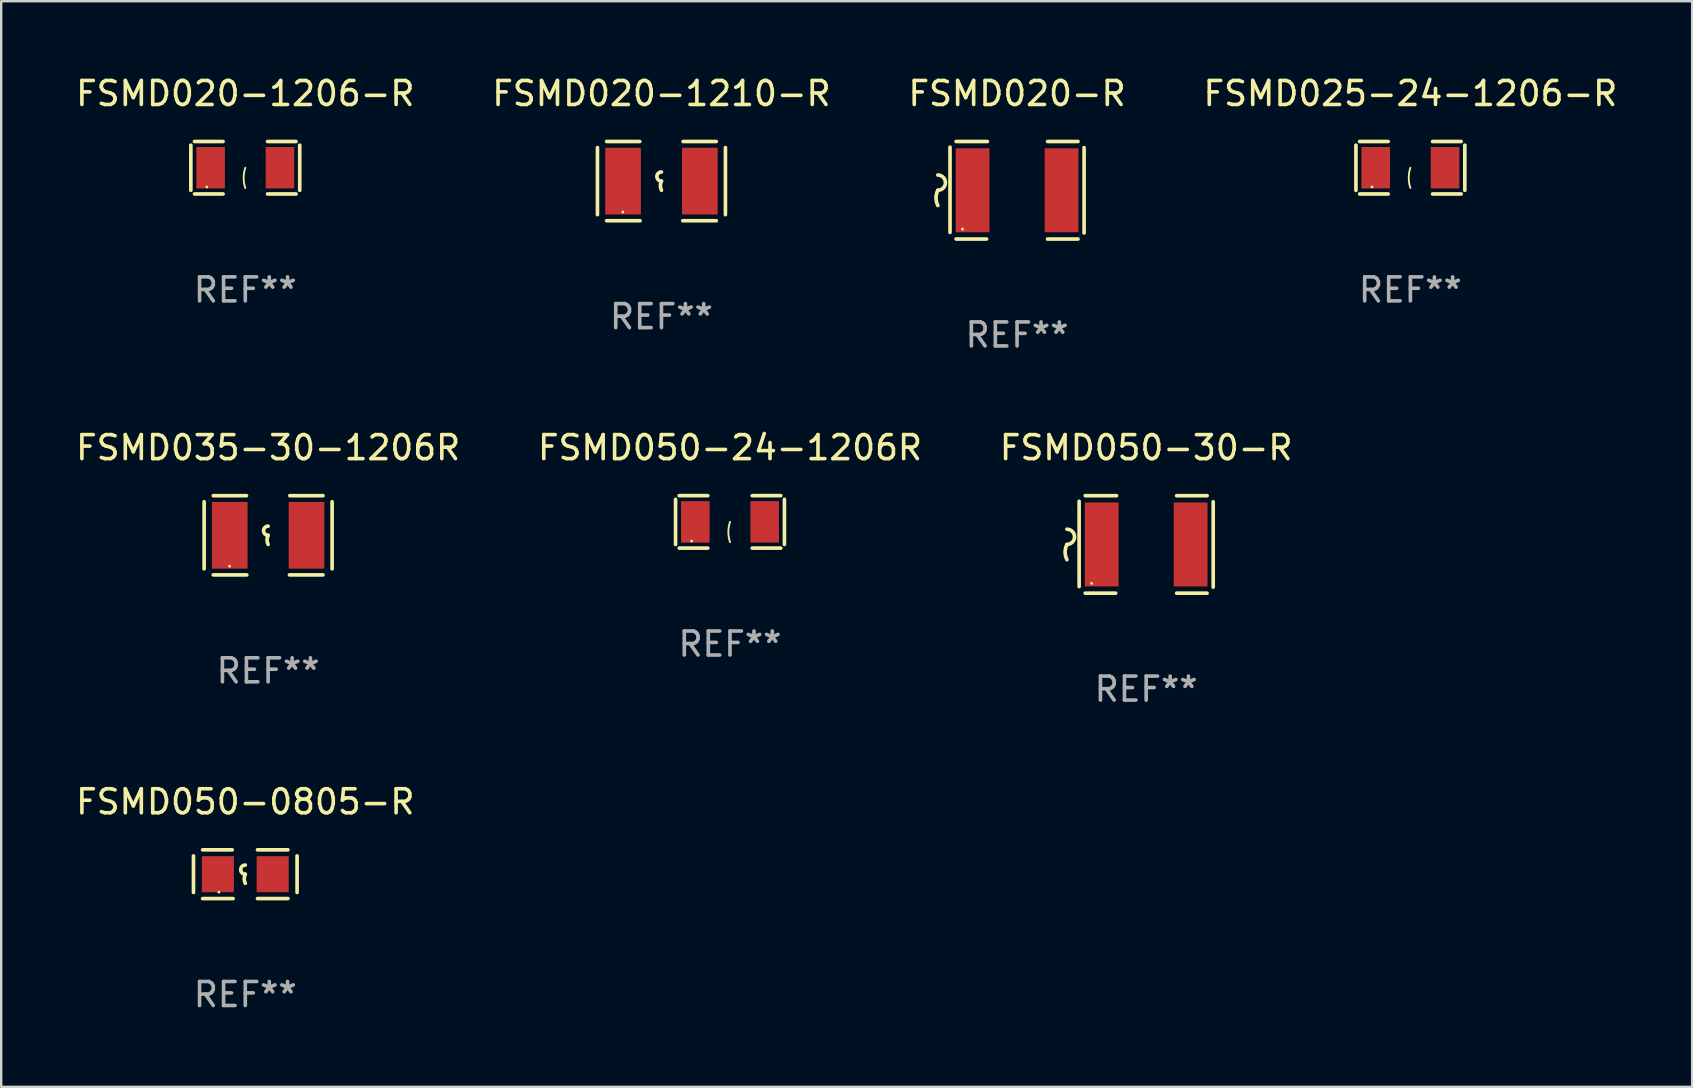
<source format=kicad_pcb>
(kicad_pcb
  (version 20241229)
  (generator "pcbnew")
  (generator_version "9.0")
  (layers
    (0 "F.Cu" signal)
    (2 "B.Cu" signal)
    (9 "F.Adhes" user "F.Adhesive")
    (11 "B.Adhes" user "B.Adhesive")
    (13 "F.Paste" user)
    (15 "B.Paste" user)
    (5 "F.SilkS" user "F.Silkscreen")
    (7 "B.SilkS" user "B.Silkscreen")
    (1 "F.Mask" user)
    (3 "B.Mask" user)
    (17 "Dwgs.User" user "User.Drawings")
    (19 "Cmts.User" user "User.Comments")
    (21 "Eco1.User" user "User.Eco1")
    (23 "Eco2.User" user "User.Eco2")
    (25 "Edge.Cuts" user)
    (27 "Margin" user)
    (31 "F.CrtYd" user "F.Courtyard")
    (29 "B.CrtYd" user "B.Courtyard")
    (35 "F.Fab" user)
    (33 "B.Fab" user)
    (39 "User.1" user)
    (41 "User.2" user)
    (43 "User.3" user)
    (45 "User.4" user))
  (footprint "FSMD020-1210-R"
    (layer "F.Cu")
    (at 24.518 4.499)
    (property "Reference" "FSMD020-1210-R" (at 0 -3.651 0) (layer "F.SilkS") (effects (font (size 1 1) (thickness 0.15))))
    (attr through_hole)
    (fp_line (start -2.667 -1.397) (end -2.667 1.397) (stroke (width 0.152) (type solid)) (layer "F.SilkS"))
    (fp_line (start -2.286 -1.651) (end -0.903 -1.651) (stroke (width 0.152) (type solid)) (layer "F.SilkS"))
    (fp_line (start -0.889 1.651) (end -2.286 1.651) (stroke (width 0.152) (type solid)) (layer "F.SilkS"))
    (fp_line (start 0.889 1.651) (end 2.286 1.651) (stroke (width 0.152) (type solid)) (layer "F.SilkS"))
    (fp_line (start 2.286 -1.651) (end 0.903 -1.651) (stroke (width 0.152) (type solid)) (layer "F.SilkS"))
    (fp_line (start 2.667 -1.397) (end 2.667 1.397) (stroke (width 0.152) (type solid)) (layer "F.SilkS"))
    (fp_arc (start 0 0) (mid -0.1905 -0.1905) (end 0 -0.381) (stroke (width 0.151994) (type solid)) (layer "F.SilkS"))
    (fp_arc (start 0 0.381001) (mid -0.044971 0.1905) (end 0 0) (stroke (width 0.151994) (type solid)) (layer "F.SilkS"))
    (fp_circle (center -1.608 1.288) (end -1.578 1.288) (stroke (width 0.06) (type solid)) (fill no) (layer "F.SilkS"))
    (fp_text user "REF**" (at 0 5.651 0) (layer "F.Fab") (effects (font (size 1 1) (thickness 0.15))))
    (pad "1" smd rect (at -1.6 0) (size 1.485 2.781) (layers "F.Cu" "F.Mask" "F.Paste"))
    (pad "2" smd rect (at 1.6 0) (size 1.485 2.781) (layers "F.Cu" "F.Mask" "F.Paste")))
  (footprint "FSMD050-0805-R"
    (layer "F.Cu")
    (at 7.173 33.385)
    (property "Reference" "FSMD050-0805-R" (at 0 -3.016 0) (layer "F.SilkS") (effects (font (size 1 1) (thickness 0.15))))
    (attr through_hole)
    (fp_line (start -2.159 -0.762) (end -2.159 0.762) (stroke (width 0.152) (type solid)) (layer "F.SilkS"))
    (fp_line (start -1.778 -1.016) (end -0.545 -1.016) (stroke (width 0.152) (type solid)) (layer "F.SilkS"))
    (fp_line (start -0.508 1.016) (end -1.778 1.016) (stroke (width 0.152) (type solid)) (layer "F.SilkS"))
    (fp_line (start 0.508 1.016) (end 1.778 1.016) (stroke (width 0.152) (type solid)) (layer "F.SilkS"))
    (fp_line (start 1.778 -1.016) (end 0.508 -1.016) (stroke (width 0.152) (type solid)) (layer "F.SilkS"))
    (fp_line (start 2.159 -0.762) (end 2.159 0.762) (stroke (width 0.152) (type solid)) (layer "F.SilkS"))
    (fp_arc (start 0 0) (mid -0.1905 -0.1905) (end 0 -0.381) (stroke (width 0.151994) (type solid)) (layer "F.SilkS"))
    (fp_arc (start 0 0.381001) (mid -0.044971 0.1905) (end 0 0) (stroke (width 0.151994) (type solid)) (layer "F.SilkS"))
    (fp_circle (center -1.1 0.75) (end -1.07 0.75) (stroke (width 0.06) (type solid)) (fill no) (layer "F.SilkS"))
    (fp_text user "REF**" (at 0 5.016 0) (layer "F.Fab") (effects (font (size 1 1) (thickness 0.15))))
    (pad "1" smd rect (at -1.142 0) (size 1.335 1.5) (layers "F.Cu" "F.Mask" "F.Paste"))
    (pad "2" smd rect (at 1.142 0) (size 1.335 1.5) (layers "F.Cu" "F.Mask" "F.Paste")))
  (footprint "FSMD035-30-1206R"
    (layer "F.Cu")
    (at 8.125 19.26)
    (property "Reference" "FSMD035-30-1206R" (at 0 -3.651 0) (layer "F.SilkS") (effects (font (size 1 1) (thickness 0.15))))
    (attr through_hole)
    (fp_line (start -2.667 -1.397) (end -2.667 1.397) (stroke (width 0.152) (type solid)) (layer "F.SilkS"))
    (fp_line (start -2.286 -1.651) (end -0.903 -1.651) (stroke (width 0.152) (type solid)) (layer "F.SilkS"))
    (fp_line (start -0.889 1.651) (end -2.286 1.651) (stroke (width 0.152) (type solid)) (layer "F.SilkS"))
    (fp_line (start 0.889 1.651) (end 2.286 1.651) (stroke (width 0.152) (type solid)) (layer "F.SilkS"))
    (fp_line (start 2.286 -1.651) (end 0.903 -1.651) (stroke (width 0.152) (type solid)) (layer "F.SilkS"))
    (fp_line (start 2.667 -1.397) (end 2.667 1.397) (stroke (width 0.152) (type solid)) (layer "F.SilkS"))
    (fp_arc (start 0 0) (mid -0.1905 -0.1905) (end 0 -0.381) (stroke (width 0.151994) (type solid)) (layer "F.SilkS"))
    (fp_arc (start 0 0.381001) (mid -0.044971 0.1905) (end 0 0) (stroke (width 0.151994) (type solid)) (layer "F.SilkS"))
    (fp_circle (center -1.608 1.288) (end -1.578 1.288) (stroke (width 0.06) (type solid)) (fill no) (layer "F.SilkS"))
    (fp_text user "REF**" (at 0 5.651 0) (layer "F.Fab") (effects (font (size 1 1) (thickness 0.15))))
    (pad "1" smd rect (at -1.6 0) (size 1.485 2.781) (layers "F.Cu" "F.Mask" "F.Paste"))
    (pad "2" smd rect (at 1.6 0) (size 1.485 2.781) (layers "F.Cu" "F.Mask" "F.Paste")))
  (footprint "FSMD020-1206-R"
    (layer "F.Cu")
    (at 7.173 3.941)
    (property "Reference" "FSMD020-1206-R" (at 0 -3.093 0) (layer "F.SilkS") (effects (font (size 1 1) (thickness 0.15))))
    (attr through_hole)
    (fp_line (start -2.269 -0.94) (end -2.269 0.94) (stroke (width 0.152) (type solid)) (layer "F.SilkS"))
    (fp_line (start -2.116 1.093) (end -0.926 1.093) (stroke (width 0.152) (type solid)) (layer "F.SilkS"))
    (fp_line (start -0.926 -1.093) (end -2.116 -1.093) (stroke (width 0.152) (type solid)) (layer "F.SilkS"))
    (fp_line (start 0.926 -1.093) (end 2.116 -1.093) (stroke (width 0.152) (type solid)) (layer "F.SilkS"))
    (fp_line (start 2.116 1.093) (end 0.926 1.093) (stroke (width 0.152) (type solid)) (layer "F.SilkS"))
    (fp_line (start 2.269 -0.94) (end 2.269 0.94) (stroke (width 0.152) (type solid)) (layer "F.SilkS"))
    (fp_arc (start 0 0.844951) (mid -0.068559 0.422475) (end 0 0) (stroke (width 0.0762) (type solid)) (layer "F.SilkS"))
    (fp_circle (center -1.6 0.8) (end -1.57 0.8) (stroke (width 0.06) (type solid)) (fill no) (layer "F.SilkS"))
    (fp_text user "REF**" (at 0 5.093 0) (layer "F.Fab") (effects (font (size 1 1) (thickness 0.15))))
    (pad "1" smd rect (at -1.445 0) (size 1.19 1.728) (layers "F.Cu" "F.Mask" "F.Paste"))
    (pad "2" smd rect (at 1.445 0) (size 1.19 1.728) (layers "F.Cu" "F.Mask" "F.Paste")))
  (footprint "FSMD025-24-1206-R"
    (layer "F.Cu")
    (at 55.732 3.941)
    (property "Reference" "FSMD025-24-1206-R" (at 0 -3.093 0) (layer "F.SilkS") (effects (font (size 1 1) (thickness 0.15))))
    (attr through_hole)
    (fp_line (start -2.269 -0.94) (end -2.269 0.94) (stroke (width 0.152) (type solid)) (layer "F.SilkS"))
    (fp_line (start -2.116 1.093) (end -0.926 1.093) (stroke (width 0.152) (type solid)) (layer "F.SilkS"))
    (fp_line (start -0.926 -1.093) (end -2.116 -1.093) (stroke (width 0.152) (type solid)) (layer "F.SilkS"))
    (fp_line (start 0.926 -1.093) (end 2.116 -1.093) (stroke (width 0.152) (type solid)) (layer "F.SilkS"))
    (fp_line (start 2.116 1.093) (end 0.926 1.093) (stroke (width 0.152) (type solid)) (layer "F.SilkS"))
    (fp_line (start 2.269 -0.94) (end 2.269 0.94) (stroke (width 0.152) (type solid)) (layer "F.SilkS"))
    (fp_arc (start 0 0.844951) (mid -0.068559 0.422475) (end 0 0) (stroke (width 0.0762) (type solid)) (layer "F.SilkS"))
    (fp_circle (center -1.6 0.8) (end -1.57 0.8) (stroke (width 0.06) (type solid)) (fill no) (layer "F.SilkS"))
    (fp_text user "REF**" (at 0 5.093 0) (layer "F.Fab") (effects (font (size 1 1) (thickness 0.15))))
    (pad "1" smd rect (at -1.445 0) (size 1.19 1.728) (layers "F.Cu" "F.Mask" "F.Paste"))
    (pad "2" smd rect (at 1.445 0) (size 1.19 1.728) (layers "F.Cu" "F.Mask" "F.Paste")))
  (footprint "FSMD050-24-1206R"
    (layer "F.Cu")
    (at 27.375 18.701)
    (property "Reference" "FSMD050-24-1206R" (at 0 -3.093 0) (layer "F.SilkS") (effects (font (size 1 1) (thickness 0.15))))
    (attr through_hole)
    (fp_line (start -2.269 -0.94) (end -2.269 0.94) (stroke (width 0.152) (type solid)) (layer "F.SilkS"))
    (fp_line (start -2.116 1.093) (end -0.926 1.093) (stroke (width 0.152) (type solid)) (layer "F.SilkS"))
    (fp_line (start -0.926 -1.093) (end -2.116 -1.093) (stroke (width 0.152) (type solid)) (layer "F.SilkS"))
    (fp_line (start 0.926 -1.093) (end 2.116 -1.093) (stroke (width 0.152) (type solid)) (layer "F.SilkS"))
    (fp_line (start 2.116 1.093) (end 0.926 1.093) (stroke (width 0.152) (type solid)) (layer "F.SilkS"))
    (fp_line (start 2.269 -0.94) (end 2.269 0.94) (stroke (width 0.152) (type solid)) (layer "F.SilkS"))
    (fp_arc (start 0 0.844951) (mid -0.068559 0.422475) (end 0 0) (stroke (width 0.0762) (type solid)) (layer "F.SilkS"))
    (fp_circle (center -1.6 0.8) (end -1.57 0.8) (stroke (width 0.06) (type solid)) (fill no) (layer "F.SilkS"))
    (fp_text user "REF**" (at 0 5.093 0) (layer "F.Fab") (effects (font (size 1 1) (thickness 0.15))))
    (pad "1" smd rect (at -1.445 0) (size 1.19 1.728) (layers "F.Cu" "F.Mask" "F.Paste"))
    (pad "2" smd rect (at 1.445 0) (size 1.19 1.728) (layers "F.Cu" "F.Mask" "F.Paste")))
  (footprint "FSMD020-R"
    (layer "F.Cu")
    (at 39.339 4.88)
    (property "Reference" "FSMD020-R" (at 0 -4.032 0) (layer "F.SilkS") (effects (font (size 1 1) (thickness 0.15))))
    (attr through_hole)
    (fp_line (start -2.794 -1.798) (end -2.794 1.758) (stroke (width 0.152) (type solid)) (layer "F.SilkS"))
    (fp_line (start -2.54 -2.032) (end -1.235 -2.032) (stroke (width 0.152) (type solid)) (layer "F.SilkS"))
    (fp_line (start -1.27 2.032) (end -2.54 2.032) (stroke (width 0.152) (type solid)) (layer "F.SilkS"))
    (fp_line (start 1.27 2.032) (end 2.54 2.032) (stroke (width 0.152) (type solid)) (layer "F.SilkS"))
    (fp_line (start 2.54 -2.032) (end 1.27 -2.032) (stroke (width 0.152) (type solid)) (layer "F.SilkS"))
    (fp_line (start 2.794 -1.778) (end 2.794 1.778) (stroke (width 0.152) (type solid)) (layer "F.SilkS"))
    (fp_arc (start -3.302007 -0.635002) (mid -2.984506 -0.317501) (end -3.302007 0) (stroke (width 0.151994) (type solid)) (layer "F.SilkS"))
    (fp_arc (start -3.302007 0.635002) (mid -3.376959 0.317501) (end -3.302007 0) (stroke (width 0.151994) (type solid)) (layer "F.SilkS"))
    (fp_circle (center -2.275 1.62) (end -2.245 1.62) (stroke (width 0.06) (type solid)) (fill no) (layer "F.SilkS"))
    (fp_text user "REF**" (at 0 6.032 0) (layer "F.Fab") (effects (font (size 1 1) (thickness 0.15))))
    (pad "1" smd rect (at -1.853 0) (size 1.407 3.499) (layers "F.Cu" "F.Mask" "F.Paste"))
    (pad "2" smd rect (at 1.853 0) (size 1.407 3.499) (layers "F.Cu" "F.Mask" "F.Paste")))
  (footprint "FSMD050-30-R"
    (layer "F.Cu")
    (at 44.72 19.641)
    (property "Reference" "FSMD050-30-R" (at 0 -4.032 0) (layer "F.SilkS") (effects (font (size 1 1) (thickness 0.15))))
    (attr through_hole)
    (fp_line (start -2.794 -1.798) (end -2.794 1.758) (stroke (width 0.152) (type solid)) (layer "F.SilkS"))
    (fp_line (start -2.54 -2.032) (end -1.235 -2.032) (stroke (width 0.152) (type solid)) (layer "F.SilkS"))
    (fp_line (start -1.27 2.032) (end -2.54 2.032) (stroke (width 0.152) (type solid)) (layer "F.SilkS"))
    (fp_line (start 1.27 2.032) (end 2.54 2.032) (stroke (width 0.152) (type solid)) (layer "F.SilkS"))
    (fp_line (start 2.54 -2.032) (end 1.27 -2.032) (stroke (width 0.152) (type solid)) (layer "F.SilkS"))
    (fp_line (start 2.794 -1.778) (end 2.794 1.778) (stroke (width 0.152) (type solid)) (layer "F.SilkS"))
    (fp_arc (start -3.302007 -0.635002) (mid -2.984506 -0.317501) (end -3.302007 0) (stroke (width 0.151994) (type solid)) (layer "F.SilkS"))
    (fp_arc (start -3.302007 0.635002) (mid -3.376959 0.317501) (end -3.302007 0) (stroke (width 0.151994) (type solid)) (layer "F.SilkS"))
    (fp_circle (center -2.275 1.62) (end -2.245 1.62) (stroke (width 0.06) (type solid)) (fill no) (layer "F.SilkS"))
    (fp_text user "REF**" (at 0 6.032 0) (layer "F.Fab") (effects (font (size 1 1) (thickness 0.15))))
    (pad "1" smd rect (at -1.853 0) (size 1.407 3.499) (layers "F.Cu" "F.Mask" "F.Paste"))
    (pad "2" smd rect (at 1.853 0) (size 1.407 3.499) (layers "F.Cu" "F.Mask" "F.Paste")))
  (gr_rect
    (start -3 -3)
    (end 67.476 42.25)
    (stroke (width 0.1) (type default))
    (fill no)
    (layer "Edge.Cuts")))
</source>
